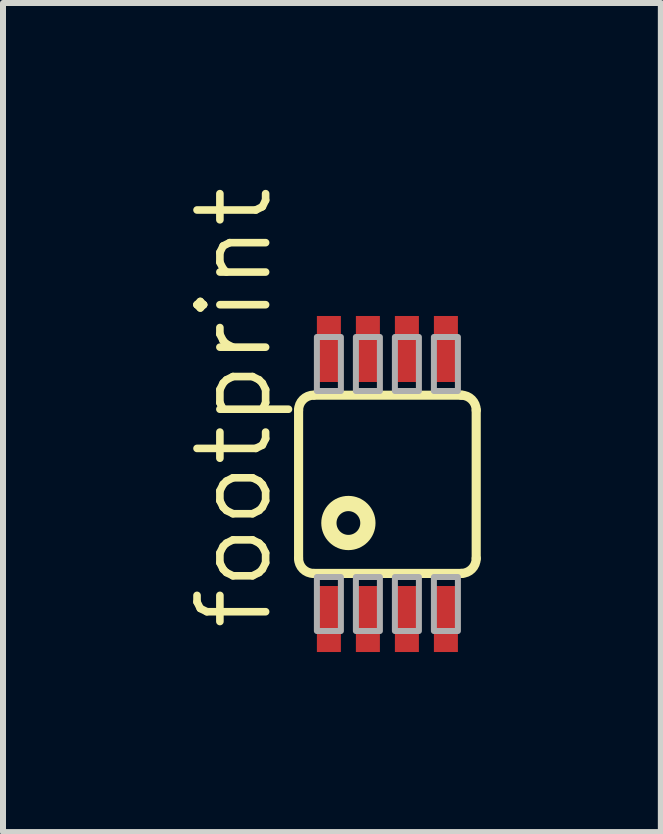
<source format=kicad_pcb>
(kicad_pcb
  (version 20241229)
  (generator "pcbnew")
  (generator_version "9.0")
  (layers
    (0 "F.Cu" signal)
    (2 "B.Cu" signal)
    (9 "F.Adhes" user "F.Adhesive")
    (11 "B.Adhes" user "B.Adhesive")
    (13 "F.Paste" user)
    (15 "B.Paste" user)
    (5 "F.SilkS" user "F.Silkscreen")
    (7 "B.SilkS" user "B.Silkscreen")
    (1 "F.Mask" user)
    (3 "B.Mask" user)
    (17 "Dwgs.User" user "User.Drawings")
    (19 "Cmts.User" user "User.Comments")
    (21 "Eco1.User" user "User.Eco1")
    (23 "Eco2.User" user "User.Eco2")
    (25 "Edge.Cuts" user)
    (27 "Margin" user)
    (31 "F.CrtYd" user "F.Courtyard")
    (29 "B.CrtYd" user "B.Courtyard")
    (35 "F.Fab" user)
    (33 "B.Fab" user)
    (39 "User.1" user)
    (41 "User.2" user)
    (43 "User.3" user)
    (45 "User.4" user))
  (footprint "footprint"
    (layer "F.Cu")
    (at 3.406 5.016)
    (property "Reference" "footprint" (at -1.883 2.484 90) (layer "F.SilkS") (effects (font (size 1.143 1.143) (thickness 0.127)) (justify left bottom)))
    (fp_line (start -1.48 -1.23) (end -1.48 1.23) (stroke (width 0.152) (type solid)) (layer "F.SilkS"))
    (fp_line (start -1.22 -1.48) (end 1.24 -1.48) (stroke (width 0.152) (type solid)) (layer "F.SilkS"))
    (fp_line (start 1.24 1.49) (end -1.22 1.49) (stroke (width 0.152) (type solid)) (layer "F.SilkS"))
    (fp_line (start 1.48 1.24) (end 1.48 -1.23) (stroke (width 0.152) (type solid)) (layer "F.SilkS"))
    (fp_arc (start -1.48 -1.23) (mid -1.406777 -1.406777) (end -1.23 -1.48) (stroke (width 0.1524) (type solid)) (layer "F.SilkS"))
    (fp_arc (start -1.23 1.49) (mid -1.406777 1.416777) (end -1.48 1.24) (stroke (width 0.1524) (type solid)) (layer "F.SilkS"))
    (fp_arc (start 1.23 -1.48) (mid 1.406777 -1.406777) (end 1.48 -1.23) (stroke (width 0.1524) (type solid)) (layer "F.SilkS"))
    (fp_arc (start 1.48 1.24) (mid 1.406777 1.416777) (end 1.23 1.49) (stroke (width 0.1524) (type solid)) (layer "F.SilkS"))
    (fp_circle (center -0.65 0.65) (end -0.325 0.65) (stroke (width 0.254) (type solid)) (fill no) (layer "F.SilkS"))
    (fp_poly (pts (xy -1.175 -1.55) (xy -0.775 -1.55) (xy -0.775 -2.45) (xy -1.175 -2.45)) (stroke (width 0.1) (type solid)) (fill no) (layer "F.Fab"))
    (fp_poly (pts (xy -1.175 2.45) (xy -0.775 2.45) (xy -0.775 1.55) (xy -1.175 1.55)) (stroke (width 0.1) (type solid)) (fill no) (layer "F.Fab"))
    (fp_poly (pts (xy -0.525 -1.55) (xy -0.125 -1.55) (xy -0.125 -2.45) (xy -0.525 -2.45)) (stroke (width 0.1) (type solid)) (fill no) (layer "F.Fab"))
    (fp_poly (pts (xy -0.525 2.45) (xy -0.125 2.45) (xy -0.125 1.55) (xy -0.525 1.55)) (stroke (width 0.1) (type solid)) (fill no) (layer "F.Fab"))
    (fp_poly (pts (xy 0.125 -1.55) (xy 0.525 -1.55) (xy 0.525 -2.45) (xy 0.125 -2.45)) (stroke (width 0.1) (type solid)) (fill no) (layer "F.Fab"))
    (fp_poly (pts (xy 0.125 2.45) (xy 0.525 2.45) (xy 0.525 1.55) (xy 0.125 1.55)) (stroke (width 0.1) (type solid)) (fill no) (layer "F.Fab"))
    (fp_poly (pts (xy 0.775 -1.55) (xy 1.175 -1.55) (xy 1.175 -2.45) (xy 0.775 -2.45)) (stroke (width 0.1) (type solid)) (fill no) (layer "F.Fab"))
    (fp_poly (pts (xy 0.775 2.45) (xy 1.175 2.45) (xy 1.175 1.55) (xy 0.775 1.55)) (stroke (width 0.1) (type solid)) (fill no) (layer "F.Fab"))
    (pad "1" smd rect (at -0.975 2.25) (size 0.4 1.1) (layers "F.Cu" "F.Mask" "F.Paste"))
    (pad "2" smd rect (at -0.325 2.25) (size 0.4 1.1) (layers "F.Cu" "F.Mask" "F.Paste"))
    (pad "3" smd rect (at 0.325 2.25) (size 0.4 1.1) (layers "F.Cu" "F.Mask" "F.Paste"))
    (pad "4" smd rect (at 0.975 2.25) (size 0.4 1.1) (layers "F.Cu" "F.Mask" "F.Paste"))
    (pad "5" smd rect (at 0.975 -2.25) (size 0.4 1.1) (layers "F.Cu" "F.Mask" "F.Paste"))
    (pad "6" smd rect (at 0.325 -2.25) (size 0.4 1.1) (layers "F.Cu" "F.Mask" "F.Paste"))
    (pad "7" smd rect (at -0.325 -2.25) (size 0.4 1.1) (layers "F.Cu" "F.Mask" "F.Paste"))
    (pad "8" smd rect (at -0.975 -2.25) (size 0.4 1.1) (layers "F.Cu" "F.Mask" "F.Paste")))
  (gr_rect
    (start -3 -3)
    (end 7.963 10.816)
    (stroke (width 0.1) (type default))
    (fill no)
    (layer "Edge.Cuts")))
</source>
